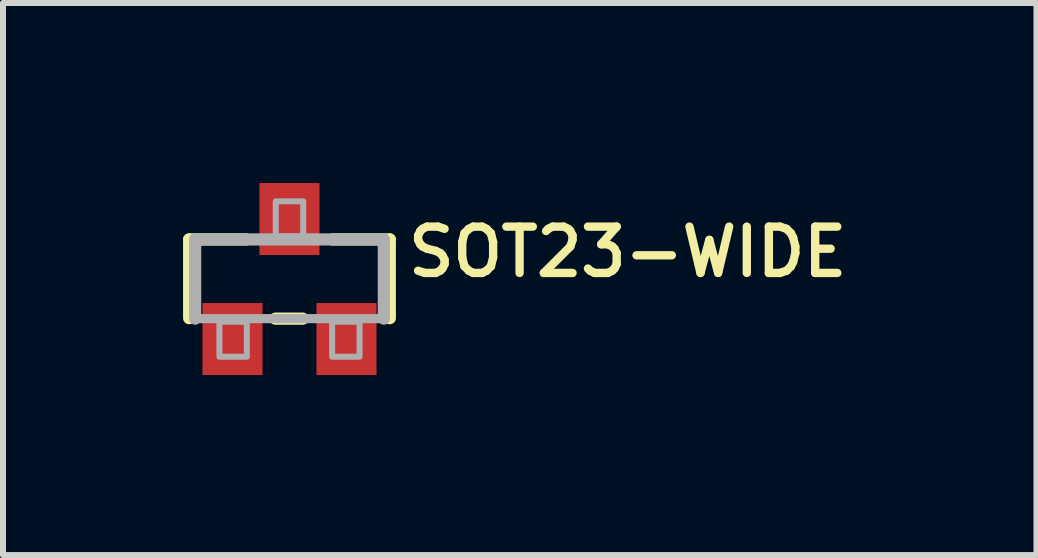
<source format=kicad_pcb>
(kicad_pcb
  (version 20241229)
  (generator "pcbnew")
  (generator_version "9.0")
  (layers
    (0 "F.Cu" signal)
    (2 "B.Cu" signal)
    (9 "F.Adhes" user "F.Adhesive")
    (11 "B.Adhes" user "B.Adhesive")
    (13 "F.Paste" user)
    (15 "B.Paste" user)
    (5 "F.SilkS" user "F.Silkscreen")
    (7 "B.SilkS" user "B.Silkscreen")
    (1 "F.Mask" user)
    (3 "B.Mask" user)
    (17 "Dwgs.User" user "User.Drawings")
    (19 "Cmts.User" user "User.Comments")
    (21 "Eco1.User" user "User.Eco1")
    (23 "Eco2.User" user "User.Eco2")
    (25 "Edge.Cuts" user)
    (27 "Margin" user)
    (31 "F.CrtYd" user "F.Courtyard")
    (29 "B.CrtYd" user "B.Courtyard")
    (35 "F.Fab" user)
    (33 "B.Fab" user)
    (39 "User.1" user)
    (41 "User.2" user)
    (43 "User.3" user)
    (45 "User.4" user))
  (footprint "SOT23-WIDE"
    (layer "F.Cu")
    (at 1.774 1.6)
    (property "Reference" "SOT23-WIDE" (at 1.905 0 180) (layer "F.SilkS") (effects (font (size 0.772 0.772) (thickness 0.139)) (justify left bottom)))
    (attr through_hole)
    (fp_line (start -1.672 -0.66) (end -0.714 -0.66) (stroke (width 0.203) (type solid)) (layer "F.SilkS"))
    (fp_line (start -1.672 0.652) (end -1.672 -0.66) (stroke (width 0.203) (type solid)) (layer "F.SilkS"))
    (fp_line (start 0.222 0.66) (end -0.236 0.66) (stroke (width 0.203) (type solid)) (layer "F.SilkS"))
    (fp_line (start 0.714 -0.66) (end 1.672 -0.66) (stroke (width 0.203) (type solid)) (layer "F.SilkS"))
    (fp_line (start 1.672 -0.66) (end 1.672 0.652) (stroke (width 0.203) (type solid)) (layer "F.SilkS"))
    (fp_line (start -1.572 -0.66) (end 1.572 -0.66) (stroke (width 0.203) (type solid)) (layer "F.Fab"))
    (fp_line (start -1.572 0.66) (end -1.572 -0.66) (stroke (width 0.203) (type solid)) (layer "F.Fab"))
    (fp_line (start 1.572 -0.66) (end 1.572 0.66) (stroke (width 0.203) (type solid)) (layer "F.Fab"))
    (fp_line (start 1.572 0.66) (end -1.572 0.66) (stroke (width 0.152) (type solid)) (layer "F.Fab"))
    (fp_poly (pts (xy -1.168 1.295) (xy -0.711 1.295) (xy -0.711 0.711) (xy -1.168 0.711)) (stroke (width 0.1) (type solid)) (fill no) (layer "F.Fab"))
    (fp_poly (pts (xy -0.229 -0.711) (xy 0.229 -0.711) (xy 0.229 -1.295) (xy -0.229 -1.295)) (stroke (width 0.1) (type solid)) (fill no) (layer "F.Fab"))
    (fp_poly (pts (xy 0.711 1.295) (xy 1.168 1.295) (xy 1.168 0.711) (xy 0.711 0.711)) (stroke (width 0.1) (type solid)) (fill no) (layer "F.Fab"))
    (pad "1" smd rect (at -0.95 1) (size 1 1.2) (layers "F.Cu" "F.Mask" "F.Paste"))
    (pad "2" smd rect (at 0.95 1) (size 1 1.2) (layers "F.Cu" "F.Mask" "F.Paste"))
    (pad "3" smd rect (at 0 -1) (size 1 1.2) (layers "F.Cu" "F.Mask" "F.Paste")))
  (gr_rect
    (start -3 -3)
    (end 14.222 6.2)
    (stroke (width 0.1) (type default))
    (fill no)
    (layer "Edge.Cuts")))
</source>
